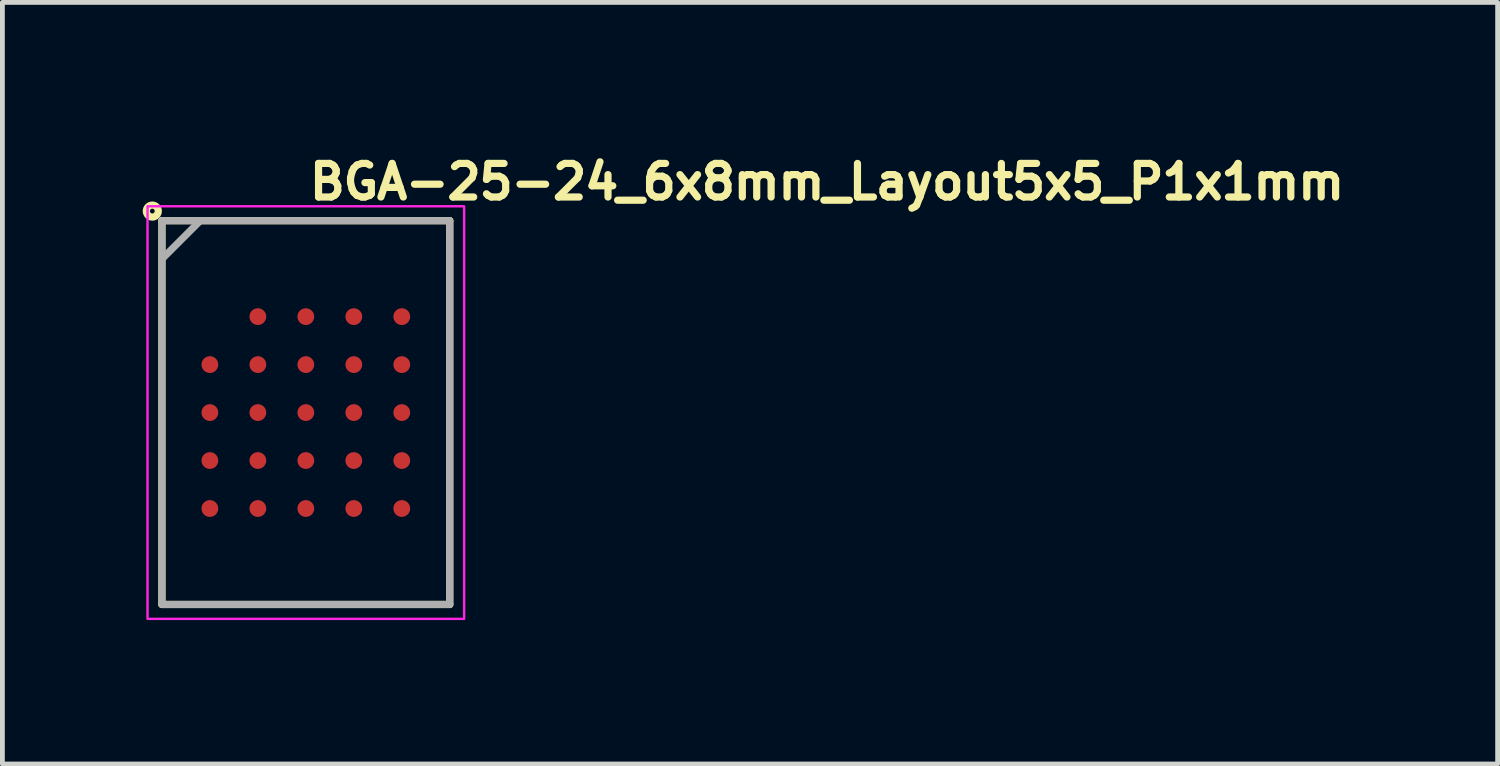
<source format=kicad_pcb>
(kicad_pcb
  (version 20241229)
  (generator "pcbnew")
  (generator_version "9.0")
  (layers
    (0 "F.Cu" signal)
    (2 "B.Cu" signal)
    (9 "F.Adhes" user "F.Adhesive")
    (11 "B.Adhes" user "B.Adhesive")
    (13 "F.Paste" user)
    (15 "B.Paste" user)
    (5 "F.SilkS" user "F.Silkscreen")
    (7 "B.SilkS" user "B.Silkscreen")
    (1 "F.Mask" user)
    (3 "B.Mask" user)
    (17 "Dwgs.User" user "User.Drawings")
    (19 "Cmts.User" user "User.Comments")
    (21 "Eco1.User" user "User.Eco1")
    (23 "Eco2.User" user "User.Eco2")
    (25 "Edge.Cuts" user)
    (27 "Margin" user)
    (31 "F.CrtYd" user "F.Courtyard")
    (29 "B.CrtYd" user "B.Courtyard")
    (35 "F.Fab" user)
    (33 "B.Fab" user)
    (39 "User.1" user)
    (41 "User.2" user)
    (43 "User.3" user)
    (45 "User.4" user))
  (footprint "BGA-25-24_6x8mm_Layout5x5_P1x1mm"
    (layer "F.Cu")
    (at 3.325 5.55)
    (property "Reference" "BGA-25-24_6x8mm_Layout5x5_P1x1mm" (at 0 -4.4 0) (layer "F.SilkS") (effects (font (size 0.7 0.7) (thickness 0.15)) (justify left bottom)))
    (attr smd)
    (fp_line (start -3 -4) (end 3 -4) (stroke (width 0.15) (type solid)) (layer "F.SilkS"))
    (fp_line (start -3 4) (end -3 -4) (stroke (width 0.15) (type solid)) (layer "F.SilkS"))
    (fp_line (start 3 -4) (end 3 4) (stroke (width 0.15) (type solid)) (layer "F.SilkS"))
    (fp_line (start 3 4) (end -3 4) (stroke (width 0.15) (type solid)) (layer "F.SilkS"))
    (fp_circle (center -3.2 -4.2) (end -3.15 -4.2) (stroke (width 0.15) (type solid)) (fill no) (layer "F.SilkS"))
    (fp_rect (start -3.3 -4.3) (end 3.3 4.3) (stroke (width 0.05) (type solid)) (fill no) (layer "F.CrtYd"))
    (fp_line (start -2.2 -4) (end -3 -3.2) (stroke (width 0.15) (type solid)) (layer "F.Fab"))
    (fp_rect (start -3 -4) (end 3 4) (stroke (width 0.15) (type solid)) (fill no) (layer "F.Fab"))
    (fp_rect (start -3 -4) (end 3 4) (stroke (width 0.1) (type solid)) (fill no) (layer "User.5"))
    (fp_line (start -3 -4) (end 3 -4) (stroke (width 0.02) (type solid)) (layer "User.9"))
    (fp_line (start -3 4) (end -3 -4) (stroke (width 0.02) (type solid)) (layer "User.9"))
    (fp_line (start -2.75 -3.5) (end -2.749 -3.483) (stroke (width 0.02) (type solid)) (layer "User.9"))
    (fp_line (start -2.75 -3.5) (end -2.749 -3.483) (stroke (width 0.02) (type solid)) (layer "User.9"))
    (fp_line (start -2.749 -3.516) (end -2.749 -3.508) (stroke (width 0.02) (type solid)) (layer "User.9"))
    (fp_line (start -2.749 -3.516) (end -2.749 -3.508) (stroke (width 0.02) (type solid)) (layer "User.9"))
    (fp_line (start -2.749 -3.508) (end -2.75 -3.5) (stroke (width 0.02) (type solid)) (layer "User.9"))
    (fp_line (start -2.749 -3.508) (end -2.75 -3.5) (stroke (width 0.02) (type solid)) (layer "User.9"))
    (fp_line (start -2.749 -3.483) (end -2.747 -3.466) (stroke (width 0.02) (type solid)) (layer "User.9"))
    (fp_line (start -2.749 -3.483) (end -2.747 -3.466) (stroke (width 0.02) (type solid)) (layer "User.9"))
    (fp_line (start -2.748 -3.524) (end -2.749 -3.516) (stroke (width 0.02) (type solid)) (layer "User.9"))
    (fp_line (start -2.748 -3.524) (end -2.749 -3.516) (stroke (width 0.02) (type solid)) (layer "User.9"))
    (fp_line (start -2.747 -3.533) (end -2.748 -3.524) (stroke (width 0.02) (type solid)) (layer "User.9"))
    (fp_line (start -2.747 -3.533) (end -2.748 -3.524) (stroke (width 0.02) (type solid)) (layer "User.9"))
    (fp_line (start -2.747 -3.466) (end -2.745 -3.45) (stroke (width 0.02) (type solid)) (layer "User.9"))
    (fp_line (start -2.747 -3.466) (end -2.745 -3.45) (stroke (width 0.02) (type solid)) (layer "User.9"))
    (fp_line (start -2.746 -3.541) (end -2.747 -3.533) (stroke (width 0.02) (type solid)) (layer "User.9"))
    (fp_line (start -2.746 -3.541) (end -2.747 -3.533) (stroke (width 0.02) (type solid)) (layer "User.9"))
    (fp_line (start -2.745 -3.549) (end -2.746 -3.541) (stroke (width 0.02) (type solid)) (layer "User.9"))
    (fp_line (start -2.745 -3.549) (end -2.746 -3.541) (stroke (width 0.02) (type solid)) (layer "User.9"))
    (fp_line (start -2.745 -3.45) (end -2.741 -3.434) (stroke (width 0.02) (type solid)) (layer "User.9"))
    (fp_line (start -2.745 -3.45) (end -2.741 -3.434) (stroke (width 0.02) (type solid)) (layer "User.9"))
    (fp_line (start -2.743 -3.557) (end -2.745 -3.549) (stroke (width 0.02) (type solid)) (layer "User.9"))
    (fp_line (start -2.743 -3.557) (end -2.745 -3.549) (stroke (width 0.02) (type solid)) (layer "User.9"))
    (fp_line (start -2.741 -3.565) (end -2.743 -3.557) (stroke (width 0.02) (type solid)) (layer "User.9"))
    (fp_line (start -2.741 -3.565) (end -2.743 -3.557) (stroke (width 0.02) (type solid)) (layer "User.9"))
    (fp_line (start -2.741 -3.434) (end -2.736 -3.419) (stroke (width 0.02) (type solid)) (layer "User.9"))
    (fp_line (start -2.741 -3.434) (end -2.736 -3.419) (stroke (width 0.02) (type solid)) (layer "User.9"))
    (fp_line (start -2.739 -3.573) (end -2.741 -3.565) (stroke (width 0.02) (type solid)) (layer "User.9"))
    (fp_line (start -2.739 -3.573) (end -2.741 -3.565) (stroke (width 0.02) (type solid)) (layer "User.9"))
    (fp_line (start -2.736 -3.58) (end -2.739 -3.573) (stroke (width 0.02) (type solid)) (layer "User.9"))
    (fp_line (start -2.736 -3.58) (end -2.739 -3.573) (stroke (width 0.02) (type solid)) (layer "User.9"))
    (fp_line (start -2.736 -3.419) (end -2.73 -3.404) (stroke (width 0.02) (type solid)) (layer "User.9"))
    (fp_line (start -2.736 -3.419) (end -2.73 -3.404) (stroke (width 0.02) (type solid)) (layer "User.9"))
    (fp_line (start -2.733 -3.588) (end -2.736 -3.58) (stroke (width 0.02) (type solid)) (layer "User.9"))
    (fp_line (start -2.733 -3.588) (end -2.736 -3.58) (stroke (width 0.02) (type solid)) (layer "User.9"))
    (fp_line (start -2.73 -3.595) (end -2.733 -3.588) (stroke (width 0.02) (type solid)) (layer "User.9"))
    (fp_line (start -2.73 -3.595) (end -2.733 -3.588) (stroke (width 0.02) (type solid)) (layer "User.9"))
    (fp_line (start -2.73 -3.404) (end -2.724 -3.389) (stroke (width 0.02) (type solid)) (layer "User.9"))
    (fp_line (start -2.73 -3.404) (end -2.724 -3.389) (stroke (width 0.02) (type solid)) (layer "User.9"))
    (fp_line (start -2.727 -3.603) (end -2.73 -3.595) (stroke (width 0.02) (type solid)) (layer "User.9"))
    (fp_line (start -2.727 -3.603) (end -2.73 -3.595) (stroke (width 0.02) (type solid)) (layer "User.9"))
    (fp_line (start -2.724 -3.61) (end -2.727 -3.603) (stroke (width 0.02) (type solid)) (layer "User.9"))
    (fp_line (start -2.724 -3.61) (end -2.727 -3.603) (stroke (width 0.02) (type solid)) (layer "User.9"))
    (fp_line (start -2.724 -3.389) (end -2.716 -3.375) (stroke (width 0.02) (type solid)) (layer "User.9"))
    (fp_line (start -2.724 -3.389) (end -2.716 -3.375) (stroke (width 0.02) (type solid)) (layer "User.9"))
    (fp_line (start -2.72 -3.617) (end -2.724 -3.61) (stroke (width 0.02) (type solid)) (layer "User.9"))
    (fp_line (start -2.72 -3.617) (end -2.724 -3.61) (stroke (width 0.02) (type solid)) (layer "User.9"))
    (fp_line (start -2.716 -3.625) (end -2.72 -3.617) (stroke (width 0.02) (type solid)) (layer "User.9"))
    (fp_line (start -2.716 -3.625) (end -2.72 -3.617) (stroke (width 0.02) (type solid)) (layer "User.9"))
    (fp_line (start -2.716 -3.375) (end -2.707 -3.361) (stroke (width 0.02) (type solid)) (layer "User.9"))
    (fp_line (start -2.716 -3.375) (end -2.707 -3.361) (stroke (width 0.02) (type solid)) (layer "User.9"))
    (fp_line (start -2.712 -3.631) (end -2.716 -3.625) (stroke (width 0.02) (type solid)) (layer "User.9"))
    (fp_line (start -2.712 -3.631) (end -2.716 -3.625) (stroke (width 0.02) (type solid)) (layer "User.9"))
    (fp_line (start -2.707 -3.638) (end -2.712 -3.631) (stroke (width 0.02) (type solid)) (layer "User.9"))
    (fp_line (start -2.707 -3.638) (end -2.712 -3.631) (stroke (width 0.02) (type solid)) (layer "User.9"))
    (fp_line (start -2.707 -3.361) (end -2.698 -3.348) (stroke (width 0.02) (type solid)) (layer "User.9"))
    (fp_line (start -2.707 -3.361) (end -2.698 -3.348) (stroke (width 0.02) (type solid)) (layer "User.9"))
    (fp_line (start -2.703 -3.645) (end -2.707 -3.638) (stroke (width 0.02) (type solid)) (layer "User.9"))
    (fp_line (start -2.703 -3.645) (end -2.707 -3.638) (stroke (width 0.02) (type solid)) (layer "User.9"))
    (fp_line (start -2.698 -3.651) (end -2.703 -3.645) (stroke (width 0.02) (type solid)) (layer "User.9"))
    (fp_line (start -2.698 -3.651) (end -2.703 -3.645) (stroke (width 0.02) (type solid)) (layer "User.9"))
    (fp_line (start -2.698 -3.348) (end -2.688 -3.335) (stroke (width 0.02) (type solid)) (layer "User.9"))
    (fp_line (start -2.698 -3.348) (end -2.688 -3.335) (stroke (width 0.02) (type solid)) (layer "User.9"))
    (fp_line (start -2.693 -3.658) (end -2.698 -3.651) (stroke (width 0.02) (type solid)) (layer "User.9"))
    (fp_line (start -2.693 -3.658) (end -2.698 -3.651) (stroke (width 0.02) (type solid)) (layer "User.9"))
    (fp_line (start -2.688 -3.664) (end -2.693 -3.658) (stroke (width 0.02) (type solid)) (layer "User.9"))
    (fp_line (start -2.688 -3.664) (end -2.693 -3.658) (stroke (width 0.02) (type solid)) (layer "User.9"))
    (fp_line (start -2.688 -3.335) (end -2.677 -3.323) (stroke (width 0.02) (type solid)) (layer "User.9"))
    (fp_line (start -2.688 -3.335) (end -2.677 -3.323) (stroke (width 0.02) (type solid)) (layer "User.9"))
    (fp_line (start -2.682 -3.67) (end -2.688 -3.664) (stroke (width 0.02) (type solid)) (layer "User.9"))
    (fp_line (start -2.682 -3.67) (end -2.688 -3.664) (stroke (width 0.02) (type solid)) (layer "User.9"))
    (fp_line (start -2.677 -3.676) (end -2.682 -3.67) (stroke (width 0.02) (type solid)) (layer "User.9"))
    (fp_line (start -2.677 -3.676) (end -2.682 -3.67) (stroke (width 0.02) (type solid)) (layer "User.9"))
    (fp_line (start -2.677 -3.323) (end -2.665 -3.312) (stroke (width 0.02) (type solid)) (layer "User.9"))
    (fp_line (start -2.677 -3.323) (end -2.665 -3.312) (stroke (width 0.02) (type solid)) (layer "User.9"))
    (fp_line (start -2.671 -3.682) (end -2.677 -3.676) (stroke (width 0.02) (type solid)) (layer "User.9"))
    (fp_line (start -2.671 -3.682) (end -2.677 -3.676) (stroke (width 0.02) (type solid)) (layer "User.9"))
    (fp_line (start -2.665 -3.687) (end -2.671 -3.682) (stroke (width 0.02) (type solid)) (layer "User.9"))
    (fp_line (start -2.665 -3.687) (end -2.671 -3.682) (stroke (width 0.02) (type solid)) (layer "User.9"))
    (fp_line (start -2.665 -3.312) (end -2.652 -3.301) (stroke (width 0.02) (type solid)) (layer "User.9"))
    (fp_line (start -2.665 -3.312) (end -2.652 -3.301) (stroke (width 0.02) (type solid)) (layer "User.9"))
    (fp_line (start -2.659 -3.692) (end -2.665 -3.687) (stroke (width 0.02) (type solid)) (layer "User.9"))
    (fp_line (start -2.659 -3.692) (end -2.665 -3.687) (stroke (width 0.02) (type solid)) (layer "User.9"))
    (fp_line (start -2.652 -3.698) (end -2.659 -3.692) (stroke (width 0.02) (type solid)) (layer "User.9"))
    (fp_line (start -2.652 -3.698) (end -2.659 -3.692) (stroke (width 0.02) (type solid)) (layer "User.9"))
    (fp_line (start -2.652 -3.301) (end -2.639 -3.292) (stroke (width 0.02) (type solid)) (layer "User.9"))
    (fp_line (start -2.652 -3.301) (end -2.639 -3.292) (stroke (width 0.02) (type solid)) (layer "User.9"))
    (fp_line (start -2.645 -3.702) (end -2.652 -3.698) (stroke (width 0.02) (type solid)) (layer "User.9"))
    (fp_line (start -2.645 -3.702) (end -2.652 -3.698) (stroke (width 0.02) (type solid)) (layer "User.9"))
    (fp_line (start -2.639 -3.707) (end -2.645 -3.702) (stroke (width 0.02) (type solid)) (layer "User.9"))
    (fp_line (start -2.639 -3.707) (end -2.645 -3.702) (stroke (width 0.02) (type solid)) (layer "User.9"))
    (fp_line (start -2.639 -3.292) (end -2.625 -3.283) (stroke (width 0.02) (type solid)) (layer "User.9"))
    (fp_line (start -2.639 -3.292) (end -2.625 -3.283) (stroke (width 0.02) (type solid)) (layer "User.9"))
    (fp_line (start -2.632 -3.712) (end -2.639 -3.707) (stroke (width 0.02) (type solid)) (layer "User.9"))
    (fp_line (start -2.632 -3.712) (end -2.639 -3.707) (stroke (width 0.02) (type solid)) (layer "User.9"))
    (fp_line (start -2.625 -3.716) (end -2.632 -3.712) (stroke (width 0.02) (type solid)) (layer "User.9"))
    (fp_line (start -2.625 -3.716) (end -2.632 -3.712) (stroke (width 0.02) (type solid)) (layer "User.9"))
    (fp_line (start -2.625 -3.716) (end -2.625 -3.716) (stroke (width 0.02) (type solid)) (layer "User.9"))
    (fp_line (start -2.625 -3.716) (end -2.625 -3.716) (stroke (width 0.02) (type solid)) (layer "User.9"))
    (fp_line (start -2.625 -3.283) (end -2.625 -3.283) (stroke (width 0.02) (type solid)) (layer "User.9"))
    (fp_line (start -2.625 -3.283) (end -2.625 -3.283) (stroke (width 0.02) (type solid)) (layer "User.9"))
    (fp_line (start -2.625 -3.283) (end -2.61 -3.275) (stroke (width 0.02) (type solid)) (layer "User.9"))
    (fp_line (start -2.625 -3.283) (end -2.61 -3.275) (stroke (width 0.02) (type solid)) (layer "User.9"))
    (fp_line (start -2.61 -3.724) (end -2.625 -3.716) (stroke (width 0.02) (type solid)) (layer "User.9"))
    (fp_line (start -2.61 -3.724) (end -2.625 -3.716) (stroke (width 0.02) (type solid)) (layer "User.9"))
    (fp_line (start -2.61 -3.275) (end -2.595 -3.268) (stroke (width 0.02) (type solid)) (layer "User.9"))
    (fp_line (start -2.61 -3.275) (end -2.595 -3.268) (stroke (width 0.02) (type solid)) (layer "User.9"))
    (fp_line (start -2.595 -3.731) (end -2.61 -3.724) (stroke (width 0.02) (type solid)) (layer "User.9"))
    (fp_line (start -2.595 -3.731) (end -2.61 -3.724) (stroke (width 0.02) (type solid)) (layer "User.9"))
    (fp_line (start -2.595 -3.268) (end -2.579 -3.263) (stroke (width 0.02) (type solid)) (layer "User.9"))
    (fp_line (start -2.595 -3.268) (end -2.579 -3.263) (stroke (width 0.02) (type solid)) (layer "User.9"))
    (fp_line (start -2.579 -3.736) (end -2.595 -3.731) (stroke (width 0.02) (type solid)) (layer "User.9"))
    (fp_line (start -2.579 -3.736) (end -2.595 -3.731) (stroke (width 0.02) (type solid)) (layer "User.9"))
    (fp_line (start -2.579 -3.263) (end -2.564 -3.258) (stroke (width 0.02) (type solid)) (layer "User.9"))
    (fp_line (start -2.579 -3.263) (end -2.564 -3.258) (stroke (width 0.02) (type solid)) (layer "User.9"))
    (fp_line (start -2.564 -3.741) (end -2.579 -3.736) (stroke (width 0.02) (type solid)) (layer "User.9"))
    (fp_line (start -2.564 -3.741) (end -2.579 -3.736) (stroke (width 0.02) (type solid)) (layer "User.9"))
    (fp_line (start -2.564 -3.258) (end -2.548 -3.254) (stroke (width 0.02) (type solid)) (layer "User.9"))
    (fp_line (start -2.564 -3.258) (end -2.548 -3.254) (stroke (width 0.02) (type solid)) (layer "User.9"))
    (fp_line (start -2.548 -3.745) (end -2.564 -3.741) (stroke (width 0.02) (type solid)) (layer "User.9"))
    (fp_line (start -2.548 -3.745) (end -2.564 -3.741) (stroke (width 0.02) (type solid)) (layer "User.9"))
    (fp_line (start -2.548 -3.254) (end -2.532 -3.252) (stroke (width 0.02) (type solid)) (layer "User.9"))
    (fp_line (start -2.548 -3.254) (end -2.532 -3.252) (stroke (width 0.02) (type solid)) (layer "User.9"))
    (fp_line (start -2.532 -3.747) (end -2.548 -3.745) (stroke (width 0.02) (type solid)) (layer "User.9"))
    (fp_line (start -2.532 -3.747) (end -2.548 -3.745) (stroke (width 0.02) (type solid)) (layer "User.9"))
    (fp_line (start -2.532 -3.252) (end -2.516 -3.25) (stroke (width 0.02) (type solid)) (layer "User.9"))
    (fp_line (start -2.532 -3.252) (end -2.516 -3.25) (stroke (width 0.02) (type solid)) (layer "User.9"))
    (fp_line (start -2.516 -3.749) (end -2.532 -3.747) (stroke (width 0.02) (type solid)) (layer "User.9"))
    (fp_line (start -2.516 -3.749) (end -2.532 -3.747) (stroke (width 0.02) (type solid)) (layer "User.9"))
    (fp_line (start -2.516 -3.25) (end -2.5 -3.25) (stroke (width 0.02) (type solid)) (layer "User.9"))
    (fp_line (start -2.516 -3.25) (end -2.5 -3.25) (stroke (width 0.02) (type solid)) (layer "User.9"))
    (fp_line (start -2.5 -3.75) (end -2.516 -3.749) (stroke (width 0.02) (type solid)) (layer "User.9"))
    (fp_line (start -2.5 -3.75) (end -2.516 -3.749) (stroke (width 0.02) (type solid)) (layer "User.9"))
    (fp_line (start -2.5 -3.25) (end -2.483 -3.25) (stroke (width 0.02) (type solid)) (layer "User.9"))
    (fp_line (start -2.5 -3.25) (end -2.483 -3.25) (stroke (width 0.02) (type solid)) (layer "User.9"))
    (fp_line (start -2.483 -3.749) (end -2.5 -3.75) (stroke (width 0.02) (type solid)) (layer "User.9"))
    (fp_line (start -2.483 -3.749) (end -2.5 -3.75) (stroke (width 0.02) (type solid)) (layer "User.9"))
    (fp_line (start -2.483 -3.25) (end -2.467 -3.252) (stroke (width 0.02) (type solid)) (layer "User.9"))
    (fp_line (start -2.483 -3.25) (end -2.467 -3.252) (stroke (width 0.02) (type solid)) (layer "User.9"))
    (fp_line (start -2.467 -3.747) (end -2.483 -3.749) (stroke (width 0.02) (type solid)) (layer "User.9"))
    (fp_line (start -2.467 -3.747) (end -2.483 -3.749) (stroke (width 0.02) (type solid)) (layer "User.9"))
    (fp_line (start -2.467 -3.252) (end -2.451 -3.254) (stroke (width 0.02) (type solid)) (layer "User.9"))
    (fp_line (start -2.467 -3.252) (end -2.451 -3.254) (stroke (width 0.02) (type solid)) (layer "User.9"))
    (fp_line (start -2.451 -3.745) (end -2.467 -3.747) (stroke (width 0.02) (type solid)) (layer "User.9"))
    (fp_line (start -2.451 -3.745) (end -2.467 -3.747) (stroke (width 0.02) (type solid)) (layer "User.9"))
    (fp_line (start -2.451 -3.254) (end -2.435 -3.258) (stroke (width 0.02) (type solid)) (layer "User.9"))
    (fp_line (start -2.451 -3.254) (end -2.435 -3.258) (stroke (width 0.02) (type solid)) (layer "User.9"))
    (fp_line (start -2.435 -3.741) (end -2.451 -3.745) (stroke (width 0.02) (type solid)) (layer "User.9"))
    (fp_line (start -2.435 -3.741) (end -2.451 -3.745) (stroke (width 0.02) (type solid)) (layer "User.9"))
    (fp_line (start -2.435 -3.258) (end -2.42 -3.263) (stroke (width 0.02) (type solid)) (layer "User.9"))
    (fp_line (start -2.435 -3.258) (end -2.42 -3.263) (stroke (width 0.02) (type solid)) (layer "User.9"))
    (fp_line (start -2.42 -3.736) (end -2.435 -3.741) (stroke (width 0.02) (type solid)) (layer "User.9"))
    (fp_line (start -2.42 -3.736) (end -2.435 -3.741) (stroke (width 0.02) (type solid)) (layer "User.9"))
    (fp_line (start -2.42 -3.263) (end -2.404 -3.268) (stroke (width 0.02) (type solid)) (layer "User.9"))
    (fp_line (start -2.42 -3.263) (end -2.404 -3.268) (stroke (width 0.02) (type solid)) (layer "User.9"))
    (fp_line (start -2.404 -3.731) (end -2.42 -3.736) (stroke (width 0.02) (type solid)) (layer "User.9"))
    (fp_line (start -2.404 -3.731) (end -2.42 -3.736) (stroke (width 0.02) (type solid)) (layer "User.9"))
    (fp_line (start -2.404 -3.268) (end -2.389 -3.275) (stroke (width 0.02) (type solid)) (layer "User.9"))
    (fp_line (start -2.404 -3.268) (end -2.389 -3.275) (stroke (width 0.02) (type solid)) (layer "User.9"))
    (fp_line (start -2.389 -3.724) (end -2.404 -3.731) (stroke (width 0.02) (type solid)) (layer "User.9"))
    (fp_line (start -2.389 -3.724) (end -2.404 -3.731) (stroke (width 0.02) (type solid)) (layer "User.9"))
    (fp_line (start -2.389 -3.275) (end -2.375 -3.283) (stroke (width 0.02) (type solid)) (layer "User.9"))
    (fp_line (start -2.389 -3.275) (end -2.375 -3.283) (stroke (width 0.02) (type solid)) (layer "User.9"))
    (fp_line (start -2.375 -3.716) (end -2.389 -3.724) (stroke (width 0.02) (type solid)) (layer "User.9"))
    (fp_line (start -2.375 -3.716) (end -2.389 -3.724) (stroke (width 0.02) (type solid)) (layer "User.9"))
    (fp_line (start -2.375 -3.716) (end -2.375 -3.716) (stroke (width 0.02) (type solid)) (layer "User.9"))
    (fp_line (start -2.375 -3.716) (end -2.375 -3.716) (stroke (width 0.02) (type solid)) (layer "User.9"))
    (fp_line (start -2.375 -3.283) (end -2.375 -3.283) (stroke (width 0.02) (type solid)) (layer "User.9"))
    (fp_line (start -2.375 -3.283) (end -2.375 -3.283) (stroke (width 0.02) (type solid)) (layer "User.9"))
    (fp_line (start -2.375 -3.283) (end -2.367 -3.287) (stroke (width 0.02) (type solid)) (layer "User.9"))
    (fp_line (start -2.375 -3.283) (end -2.367 -3.287) (stroke (width 0.02) (type solid)) (layer "User.9"))
    (fp_line (start -2.367 -3.287) (end -2.36 -3.292) (stroke (width 0.02) (type solid)) (layer "User.9"))
    (fp_line (start -2.367 -3.287) (end -2.36 -3.292) (stroke (width 0.02) (type solid)) (layer "User.9"))
    (fp_line (start -2.36 -3.707) (end -2.375 -3.716) (stroke (width 0.02) (type solid)) (layer "User.9"))
    (fp_line (start -2.36 -3.707) (end -2.375 -3.716) (stroke (width 0.02) (type solid)) (layer "User.9"))
    (fp_line (start -2.36 -3.292) (end -2.354 -3.297) (stroke (width 0.02) (type solid)) (layer "User.9"))
    (fp_line (start -2.36 -3.292) (end -2.354 -3.297) (stroke (width 0.02) (type solid)) (layer "User.9"))
    (fp_line (start -2.354 -3.297) (end -2.347 -3.301) (stroke (width 0.02) (type solid)) (layer "User.9"))
    (fp_line (start -2.354 -3.297) (end -2.347 -3.301) (stroke (width 0.02) (type solid)) (layer "User.9"))
    (fp_line (start -2.347 -3.698) (end -2.36 -3.707) (stroke (width 0.02) (type solid)) (layer "User.9"))
    (fp_line (start -2.347 -3.698) (end -2.36 -3.707) (stroke (width 0.02) (type solid)) (layer "User.9"))
    (fp_line (start -2.347 -3.301) (end -2.34 -3.307) (stroke (width 0.02) (type solid)) (layer "User.9"))
    (fp_line (start -2.347 -3.301) (end -2.34 -3.307) (stroke (width 0.02) (type solid)) (layer "User.9"))
    (fp_line (start -2.34 -3.307) (end -2.334 -3.312) (stroke (width 0.02) (type solid)) (layer "User.9"))
    (fp_line (start -2.34 -3.307) (end -2.334 -3.312) (stroke (width 0.02) (type solid)) (layer "User.9"))
    (fp_line (start -2.334 -3.687) (end -2.347 -3.698) (stroke (width 0.02) (type solid)) (layer "User.9"))
    (fp_line (start -2.334 -3.687) (end -2.347 -3.698) (stroke (width 0.02) (type solid)) (layer "User.9"))
    (fp_line (start -2.334 -3.312) (end -2.328 -3.317) (stroke (width 0.02) (type solid)) (layer "User.9"))
    (fp_line (start -2.334 -3.312) (end -2.328 -3.317) (stroke (width 0.02) (type solid)) (layer "User.9"))
    (fp_line (start -2.328 -3.317) (end -2.322 -3.323) (stroke (width 0.02) (type solid)) (layer "User.9"))
    (fp_line (start -2.328 -3.317) (end -2.322 -3.323) (stroke (width 0.02) (type solid)) (layer "User.9"))
    (fp_line (start -2.322 -3.676) (end -2.334 -3.687) (stroke (width 0.02) (type solid)) (layer "User.9"))
    (fp_line (start -2.322 -3.676) (end -2.334 -3.687) (stroke (width 0.02) (type solid)) (layer "User.9"))
    (fp_line (start -2.322 -3.323) (end -2.317 -3.329) (stroke (width 0.02) (type solid)) (layer "User.9"))
    (fp_line (start -2.322 -3.323) (end -2.317 -3.329) (stroke (width 0.02) (type solid)) (layer "User.9"))
    (fp_line (start -2.317 -3.329) (end -2.311 -3.335) (stroke (width 0.02) (type solid)) (layer "User.9"))
    (fp_line (start -2.317 -3.329) (end -2.311 -3.335) (stroke (width 0.02) (type solid)) (layer "User.9"))
    (fp_line (start -2.311 -3.664) (end -2.322 -3.676) (stroke (width 0.02) (type solid)) (layer "User.9"))
    (fp_line (start -2.311 -3.664) (end -2.322 -3.676) (stroke (width 0.02) (type solid)) (layer "User.9"))
    (fp_line (start -2.311 -3.335) (end -2.306 -3.341) (stroke (width 0.02) (type solid)) (layer "User.9"))
    (fp_line (start -2.311 -3.335) (end -2.306 -3.341) (stroke (width 0.02) (type solid)) (layer "User.9"))
    (fp_line (start -2.306 -3.341) (end -2.301 -3.348) (stroke (width 0.02) (type solid)) (layer "User.9"))
    (fp_line (start -2.306 -3.341) (end -2.301 -3.348) (stroke (width 0.02) (type solid)) (layer "User.9"))
    (fp_line (start -2.301 -3.651) (end -2.311 -3.664) (stroke (width 0.02) (type solid)) (layer "User.9"))
    (fp_line (start -2.301 -3.651) (end -2.311 -3.664) (stroke (width 0.02) (type solid)) (layer "User.9"))
    (fp_line (start -2.301 -3.348) (end -2.296 -3.354) (stroke (width 0.02) (type solid)) (layer "User.9"))
    (fp_line (start -2.301 -3.348) (end -2.296 -3.354) (stroke (width 0.02) (type solid)) (layer "User.9"))
    (fp_line (start -2.296 -3.354) (end -2.292 -3.361) (stroke (width 0.02) (type solid)) (layer "User.9"))
    (fp_line (start -2.296 -3.354) (end -2.292 -3.361) (stroke (width 0.02) (type solid)) (layer "User.9"))
    (fp_line (start -2.292 -3.638) (end -2.301 -3.651) (stroke (width 0.02) (type solid)) (layer "User.9"))
    (fp_line (start -2.292 -3.638) (end -2.301 -3.651) (stroke (width 0.02) (type solid)) (layer "User.9"))
    (fp_line (start -2.292 -3.361) (end -2.287 -3.368) (stroke (width 0.02) (type solid)) (layer "User.9"))
    (fp_line (start -2.292 -3.361) (end -2.287 -3.368) (stroke (width 0.02) (type solid)) (layer "User.9"))
    (fp_line (start -2.287 -3.368) (end -2.283 -3.375) (stroke (width 0.02) (type solid)) (layer "User.9"))
    (fp_line (start -2.287 -3.368) (end -2.283 -3.375) (stroke (width 0.02) (type solid)) (layer "User.9"))
    (fp_line (start -2.283 -3.625) (end -2.292 -3.638) (stroke (width 0.02) (type solid)) (layer "User.9"))
    (fp_line (start -2.283 -3.625) (end -2.292 -3.638) (stroke (width 0.02) (type solid)) (layer "User.9"))
    (fp_line (start -2.283 -3.375) (end -2.279 -3.382) (stroke (width 0.02) (type solid)) (layer "User.9"))
    (fp_line (start -2.283 -3.375) (end -2.279 -3.382) (stroke (width 0.02) (type solid)) (layer "User.9"))
    (fp_line (start -2.279 -3.382) (end -2.275 -3.389) (stroke (width 0.02) (type solid)) (layer "User.9"))
    (fp_line (start -2.279 -3.382) (end -2.275 -3.389) (stroke (width 0.02) (type solid)) (layer "User.9"))
    (fp_line (start -2.275 -3.61) (end -2.283 -3.625) (stroke (width 0.02) (type solid)) (layer "User.9"))
    (fp_line (start -2.275 -3.61) (end -2.283 -3.625) (stroke (width 0.02) (type solid)) (layer "User.9"))
    (fp_line (start -2.275 -3.389) (end -2.272 -3.396) (stroke (width 0.02) (type solid)) (layer "User.9"))
    (fp_line (start -2.275 -3.389) (end -2.272 -3.396) (stroke (width 0.02) (type solid)) (layer "User.9"))
    (fp_line (start -2.272 -3.396) (end -2.269 -3.404) (stroke (width 0.02) (type solid)) (layer "User.9"))
    (fp_line (start -2.272 -3.396) (end -2.269 -3.404) (stroke (width 0.02) (type solid)) (layer "User.9"))
    (fp_line (start -2.269 -3.595) (end -2.275 -3.61) (stroke (width 0.02) (type solid)) (layer "User.9"))
    (fp_line (start -2.269 -3.595) (end -2.275 -3.61) (stroke (width 0.02) (type solid)) (layer "User.9"))
    (fp_line (start -2.269 -3.404) (end -2.266 -3.411) (stroke (width 0.02) (type solid)) (layer "User.9"))
    (fp_line (start -2.269 -3.404) (end -2.266 -3.411) (stroke (width 0.02) (type solid)) (layer "User.9"))
    (fp_line (start -2.266 -3.411) (end -2.263 -3.419) (stroke (width 0.02) (type solid)) (layer "User.9"))
    (fp_line (start -2.266 -3.411) (end -2.263 -3.419) (stroke (width 0.02) (type solid)) (layer "User.9"))
    (fp_line (start -2.263 -3.58) (end -2.269 -3.595) (stroke (width 0.02) (type solid)) (layer "User.9"))
    (fp_line (start -2.263 -3.58) (end -2.269 -3.595) (stroke (width 0.02) (type solid)) (layer "User.9"))
    (fp_line (start -2.263 -3.419) (end -2.26 -3.426) (stroke (width 0.02) (type solid)) (layer "User.9"))
    (fp_line (start -2.263 -3.419) (end -2.26 -3.426) (stroke (width 0.02) (type solid)) (layer "User.9"))
    (fp_line (start -2.26 -3.426) (end -2.258 -3.434) (stroke (width 0.02) (type solid)) (layer "User.9"))
    (fp_line (start -2.26 -3.426) (end -2.258 -3.434) (stroke (width 0.02) (type solid)) (layer "User.9"))
    (fp_line (start -2.258 -3.565) (end -2.263 -3.58) (stroke (width 0.02) (type solid)) (layer "User.9"))
    (fp_line (start -2.258 -3.565) (end -2.263 -3.58) (stroke (width 0.02) (type solid)) (layer "User.9"))
    (fp_line (start -2.258 -3.434) (end -2.256 -3.442) (stroke (width 0.02) (type solid)) (layer "User.9"))
    (fp_line (start -2.258 -3.434) (end -2.256 -3.442) (stroke (width 0.02) (type solid)) (layer "User.9"))
    (fp_line (start -2.256 -3.442) (end -2.254 -3.45) (stroke (width 0.02) (type solid)) (layer "User.9"))
    (fp_line (start -2.256 -3.442) (end -2.254 -3.45) (stroke (width 0.02) (type solid)) (layer "User.9"))
    (fp_line (start -2.254 -3.549) (end -2.258 -3.565) (stroke (width 0.02) (type solid)) (layer "User.9"))
    (fp_line (start -2.254 -3.549) (end -2.258 -3.565) (stroke (width 0.02) (type solid)) (layer "User.9"))
    (fp_line (start -2.254 -3.45) (end -2.253 -3.458) (stroke (width 0.02) (type solid)) (layer "User.9"))
    (fp_line (start -2.254 -3.45) (end -2.253 -3.458) (stroke (width 0.02) (type solid)) (layer "User.9"))
    (fp_line (start -2.253 -3.458) (end -2.252 -3.466) (stroke (width 0.02) (type solid)) (layer "User.9"))
    (fp_line (start -2.253 -3.458) (end -2.252 -3.466) (stroke (width 0.02) (type solid)) (layer "User.9"))
    (fp_line (start -2.252 -3.533) (end -2.254 -3.549) (stroke (width 0.02) (type solid)) (layer "User.9"))
    (fp_line (start -2.252 -3.533) (end -2.254 -3.549) (stroke (width 0.02) (type solid)) (layer "User.9"))
    (fp_line (start -2.252 -3.466) (end -2.251 -3.475) (stroke (width 0.02) (type solid)) (layer "User.9"))
    (fp_line (start -2.252 -3.466) (end -2.251 -3.475) (stroke (width 0.02) (type solid)) (layer "User.9"))
    (fp_line (start -2.251 -3.475) (end -2.25 -3.483) (stroke (width 0.02) (type solid)) (layer "User.9"))
    (fp_line (start -2.251 -3.475) (end -2.25 -3.483) (stroke (width 0.02) (type solid)) (layer "User.9"))
    (fp_line (start -2.25 -3.516) (end -2.252 -3.533) (stroke (width 0.02) (type solid)) (layer "User.9"))
    (fp_line (start -2.25 -3.516) (end -2.252 -3.533) (stroke (width 0.02) (type solid)) (layer "User.9"))
    (fp_line (start -2.25 -3.5) (end -2.25 -3.516) (stroke (width 0.02) (type solid)) (layer "User.9"))
    (fp_line (start -2.25 -3.5) (end -2.25 -3.516) (stroke (width 0.02) (type solid)) (layer "User.9"))
    (fp_line (start -2.25 -3.491) (end -2.25 -3.5) (stroke (width 0.02) (type solid)) (layer "User.9"))
    (fp_line (start -2.25 -3.491) (end -2.25 -3.5) (stroke (width 0.02) (type solid)) (layer "User.9"))
    (fp_line (start -2.25 -3.483) (end -2.25 -3.491) (stroke (width 0.02) (type solid)) (layer "User.9"))
    (fp_line (start -2.25 -3.483) (end -2.25 -3.491) (stroke (width 0.02) (type solid)) (layer "User.9"))
    (fp_line (start 3 -4) (end 3 4) (stroke (width 0.02) (type solid)) (layer "User.9"))
    (fp_line (start 3 4) (end -3 4) (stroke (width 0.02) (type solid)) (layer "User.9"))
    (pad "A2" smd circle (at -1 -2) (size 0.35 0.35) (layers "F.Cu" "F.Mask" "F.Paste"))
    (pad "A3" smd circle (at 0 -2) (size 0.35 0.35) (layers "F.Cu" "F.Mask" "F.Paste"))
    (pad "A4" smd circle (at 1 -2) (size 0.35 0.35) (layers "F.Cu" "F.Mask" "F.Paste"))
    (pad "A5" smd circle (at 2 -2) (size 0.35 0.35) (layers "F.Cu" "F.Mask" "F.Paste"))
    (pad "B1" smd circle (at -2 -1) (size 0.35 0.35) (layers "F.Cu" "F.Mask" "F.Paste"))
    (pad "B2" smd circle (at -1 -1) (size 0.35 0.35) (layers "F.Cu" "F.Mask" "F.Paste"))
    (pad "B3" smd circle (at 0 -1) (size 0.35 0.35) (layers "F.Cu" "F.Mask" "F.Paste"))
    (pad "B4" smd circle (at 1 -1) (size 0.35 0.35) (layers "F.Cu" "F.Mask" "F.Paste"))
    (pad "B5" smd circle (at 2 -1) (size 0.35 0.35) (layers "F.Cu" "F.Mask" "F.Paste"))
    (pad "C1" smd circle (at -2 0) (size 0.35 0.35) (layers "F.Cu" "F.Mask" "F.Paste"))
    (pad "C2" smd circle (at -1 0) (size 0.35 0.35) (layers "F.Cu" "F.Mask" "F.Paste"))
    (pad "C3" smd circle (at 0 0) (size 0.35 0.35) (layers "F.Cu" "F.Mask" "F.Paste"))
    (pad "C4" smd circle (at 1 0) (size 0.35 0.35) (layers "F.Cu" "F.Mask" "F.Paste"))
    (pad "C5" smd circle (at 2 0) (size 0.35 0.35) (layers "F.Cu" "F.Mask" "F.Paste"))
    (pad "D1" smd circle (at -2 1) (size 0.35 0.35) (layers "F.Cu" "F.Mask" "F.Paste"))
    (pad "D2" smd circle (at -1 1) (size 0.35 0.35) (layers "F.Cu" "F.Mask" "F.Paste"))
    (pad "D3" smd circle (at 0 1) (size 0.35 0.35) (layers "F.Cu" "F.Mask" "F.Paste"))
    (pad "D4" smd circle (at 1 1) (size 0.35 0.35) (layers "F.Cu" "F.Mask" "F.Paste"))
    (pad "D5" smd circle (at 2 1) (size 0.35 0.35) (layers "F.Cu" "F.Mask" "F.Paste"))
    (pad "E1" smd circle (at -2 2) (size 0.35 0.35) (layers "F.Cu" "F.Mask" "F.Paste"))
    (pad "E2" smd circle (at -1 2) (size 0.35 0.35) (layers "F.Cu" "F.Mask" "F.Paste"))
    (pad "E3" smd circle (at 0 2) (size 0.35 0.35) (layers "F.Cu" "F.Mask" "F.Paste"))
    (pad "E4" smd circle (at 1 2) (size 0.35 0.35) (layers "F.Cu" "F.Mask" "F.Paste"))
    (pad "E5" smd circle (at 2 2) (size 0.35 0.35) (layers "F.Cu" "F.Mask" "F.Paste")))
  (gr_rect
    (start -3 -3)
    (end 28.168 12.875)
    (stroke (width 0.1) (type default))
    (fill no)
    (layer "Edge.Cuts")))
</source>
